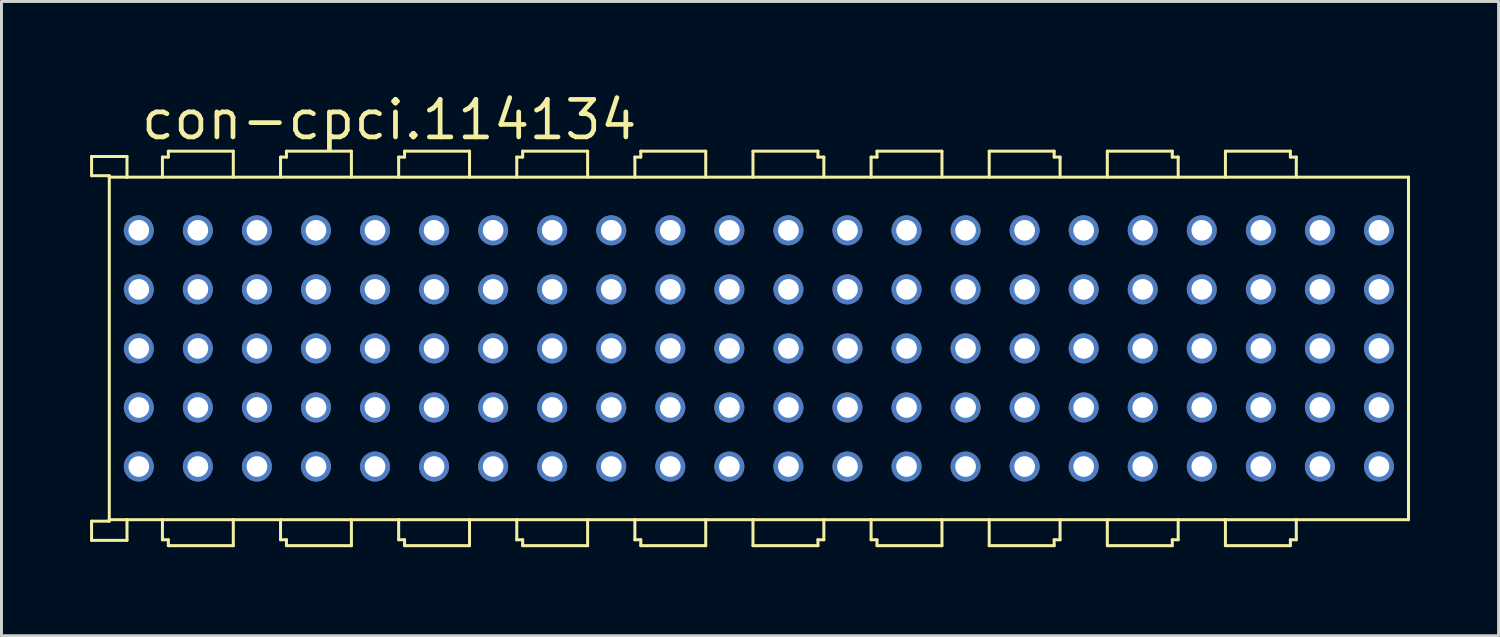
<source format=kicad_pcb>
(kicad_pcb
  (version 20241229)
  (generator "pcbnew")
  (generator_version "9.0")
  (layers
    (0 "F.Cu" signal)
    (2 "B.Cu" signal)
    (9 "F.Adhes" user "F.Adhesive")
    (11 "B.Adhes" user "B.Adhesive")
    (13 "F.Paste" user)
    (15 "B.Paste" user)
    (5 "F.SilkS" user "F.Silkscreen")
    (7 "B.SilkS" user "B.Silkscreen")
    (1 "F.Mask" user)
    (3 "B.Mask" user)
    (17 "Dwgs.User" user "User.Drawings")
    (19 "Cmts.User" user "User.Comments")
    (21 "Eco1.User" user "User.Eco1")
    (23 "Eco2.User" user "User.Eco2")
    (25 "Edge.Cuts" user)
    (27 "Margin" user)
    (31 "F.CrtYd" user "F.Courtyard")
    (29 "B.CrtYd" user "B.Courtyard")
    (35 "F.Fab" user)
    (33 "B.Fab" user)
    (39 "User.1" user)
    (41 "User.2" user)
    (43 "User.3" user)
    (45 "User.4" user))
  (footprint "con-cpci.114134"
    (layer "F.Cu")
    (at 22.651 8.75)
    (property "Reference" "con-cpci.114134" (at -21 -7 0) (layer "F.SilkS") (effects (font (size 1.27 1.27) (thickness 0.16)) (justify left bottom)))
    (attr through_hole)
    (fp_line (start -22.6 -6.5) (end -22.6 -5.85) (stroke (width 0.102) (type default)) (layer "F.SilkS"))
    (fp_line (start -22.6 -5.85) (end -22 -5.85) (stroke (width 0.102) (type default)) (layer "F.SilkS"))
    (fp_line (start -22.6 5.85) (end -22 5.85) (stroke (width 0.102) (type default)) (layer "F.SilkS"))
    (fp_line (start -22.6 6.5) (end -22.6 5.85) (stroke (width 0.102) (type default)) (layer "F.SilkS"))
    (fp_line (start -22 -5.85) (end -22 5.8) (stroke (width 0.102) (type default)) (layer "F.SilkS"))
    (fp_line (start -22 -5.8) (end -21.4 -5.8) (stroke (width 0.102) (type default)) (layer "F.SilkS"))
    (fp_line (start -22 5.8) (end -21.4 5.8) (stroke (width 0.102) (type default)) (layer "F.SilkS"))
    (fp_line (start -22 5.85) (end -22 5.8) (stroke (width 0.102) (type default)) (layer "F.SilkS"))
    (fp_line (start -21.4 -6.5) (end -22.6 -6.5) (stroke (width 0.102) (type default)) (layer "F.SilkS"))
    (fp_line (start -21.4 -5.8) (end -21.4 -6.5) (stroke (width 0.102) (type default)) (layer "F.SilkS"))
    (fp_line (start -21.4 5.8) (end -21.4 6.5) (stroke (width 0.102) (type default)) (layer "F.SilkS"))
    (fp_line (start -21.4 5.8) (end -20.2 5.8) (stroke (width 0.102) (type default)) (layer "F.SilkS"))
    (fp_line (start -21.4 6.5) (end -22.6 6.5) (stroke (width 0.102) (type default)) (layer "F.SilkS"))
    (fp_line (start -20.2 -6.48) (end -20 -6.48) (stroke (width 0.102) (type default)) (layer "F.SilkS"))
    (fp_line (start -20.2 -5.8) (end -20.2 -6.48) (stroke (width 0.102) (type default)) (layer "F.SilkS"))
    (fp_line (start -20.2 5.8) (end -20.2 6.48) (stroke (width 0.102) (type default)) (layer "F.SilkS"))
    (fp_line (start -20.2 6.48) (end -20 6.48) (stroke (width 0.102) (type default)) (layer "F.SilkS"))
    (fp_line (start -20 -6.68) (end -17.8 -6.68) (stroke (width 0.102) (type default)) (layer "F.SilkS"))
    (fp_line (start -20 -6.48) (end -20 -6.68) (stroke (width 0.102) (type default)) (layer "F.SilkS"))
    (fp_line (start -20 6.48) (end -20 6.68) (stroke (width 0.102) (type default)) (layer "F.SilkS"))
    (fp_line (start -20 6.68) (end -17.8 6.68) (stroke (width 0.102) (type default)) (layer "F.SilkS"))
    (fp_line (start -17.8 -6.68) (end -17.8 -5.8) (stroke (width 0.102) (type default)) (layer "F.SilkS"))
    (fp_line (start -17.8 5.8) (end -20.2 5.8) (stroke (width 0.102) (type default)) (layer "F.SilkS"))
    (fp_line (start -17.8 5.8) (end -16.2 5.8) (stroke (width 0.102) (type default)) (layer "F.SilkS"))
    (fp_line (start -17.8 6.68) (end -17.8 5.8) (stroke (width 0.102) (type default)) (layer "F.SilkS"))
    (fp_line (start -16.2 -6.48) (end -16 -6.48) (stroke (width 0.102) (type default)) (layer "F.SilkS"))
    (fp_line (start -16.2 -5.8) (end -16.2 -6.48) (stroke (width 0.102) (type default)) (layer "F.SilkS"))
    (fp_line (start -16.2 5.8) (end -16.2 6.48) (stroke (width 0.102) (type default)) (layer "F.SilkS"))
    (fp_line (start -16.2 6.48) (end -16 6.48) (stroke (width 0.102) (type default)) (layer "F.SilkS"))
    (fp_line (start -16 -6.68) (end -13.8 -6.68) (stroke (width 0.102) (type default)) (layer "F.SilkS"))
    (fp_line (start -16 -6.48) (end -16 -6.68) (stroke (width 0.102) (type default)) (layer "F.SilkS"))
    (fp_line (start -16 6.48) (end -16 6.68) (stroke (width 0.102) (type default)) (layer "F.SilkS"))
    (fp_line (start -16 6.68) (end -13.8 6.68) (stroke (width 0.102) (type default)) (layer "F.SilkS"))
    (fp_line (start -13.8 -6.68) (end -13.8 -5.8) (stroke (width 0.102) (type default)) (layer "F.SilkS"))
    (fp_line (start -13.8 5.8) (end -16.2 5.8) (stroke (width 0.102) (type default)) (layer "F.SilkS"))
    (fp_line (start -13.8 5.8) (end -12.2 5.8) (stroke (width 0.102) (type default)) (layer "F.SilkS"))
    (fp_line (start -13.8 6.68) (end -13.8 5.8) (stroke (width 0.102) (type default)) (layer "F.SilkS"))
    (fp_line (start -12.2 -6.48) (end -12 -6.48) (stroke (width 0.102) (type default)) (layer "F.SilkS"))
    (fp_line (start -12.2 -5.8) (end -12.2 -6.48) (stroke (width 0.102) (type default)) (layer "F.SilkS"))
    (fp_line (start -12.2 5.8) (end -12.2 6.48) (stroke (width 0.102) (type default)) (layer "F.SilkS"))
    (fp_line (start -12.2 6.48) (end -12 6.48) (stroke (width 0.102) (type default)) (layer "F.SilkS"))
    (fp_line (start -12 -6.68) (end -9.8 -6.68) (stroke (width 0.102) (type default)) (layer "F.SilkS"))
    (fp_line (start -12 -6.48) (end -12 -6.68) (stroke (width 0.102) (type default)) (layer "F.SilkS"))
    (fp_line (start -12 6.48) (end -12 6.68) (stroke (width 0.102) (type default)) (layer "F.SilkS"))
    (fp_line (start -12 6.68) (end -9.8 6.68) (stroke (width 0.102) (type default)) (layer "F.SilkS"))
    (fp_line (start -9.8 -6.68) (end -9.8 -5.8) (stroke (width 0.102) (type default)) (layer "F.SilkS"))
    (fp_line (start -9.8 5.8) (end -12.2 5.8) (stroke (width 0.102) (type default)) (layer "F.SilkS"))
    (fp_line (start -9.8 5.8) (end -8.2 5.8) (stroke (width 0.102) (type default)) (layer "F.SilkS"))
    (fp_line (start -9.8 6.68) (end -9.8 5.8) (stroke (width 0.102) (type default)) (layer "F.SilkS"))
    (fp_line (start -8.2 -6.48) (end -8 -6.48) (stroke (width 0.102) (type default)) (layer "F.SilkS"))
    (fp_line (start -8.2 -5.8) (end -8.2 -6.48) (stroke (width 0.102) (type default)) (layer "F.SilkS"))
    (fp_line (start -8.2 5.8) (end -8.2 6.48) (stroke (width 0.102) (type default)) (layer "F.SilkS"))
    (fp_line (start -8.2 6.48) (end -8 6.48) (stroke (width 0.102) (type default)) (layer "F.SilkS"))
    (fp_line (start -8 -6.68) (end -5.8 -6.68) (stroke (width 0.102) (type default)) (layer "F.SilkS"))
    (fp_line (start -8 -6.48) (end -8 -6.68) (stroke (width 0.102) (type default)) (layer "F.SilkS"))
    (fp_line (start -8 6.48) (end -8 6.68) (stroke (width 0.102) (type default)) (layer "F.SilkS"))
    (fp_line (start -8 6.68) (end -5.8 6.68) (stroke (width 0.102) (type default)) (layer "F.SilkS"))
    (fp_line (start -5.8 -6.68) (end -5.8 -5.8) (stroke (width 0.102) (type default)) (layer "F.SilkS"))
    (fp_line (start -5.8 5.8) (end -8.2 5.8) (stroke (width 0.102) (type default)) (layer "F.SilkS"))
    (fp_line (start -5.8 5.8) (end -5.8 6.68) (stroke (width 0.102) (type default)) (layer "F.SilkS"))
    (fp_line (start -5.8 5.8) (end -4.2 5.8) (stroke (width 0.102) (type default)) (layer "F.SilkS"))
    (fp_line (start -4.2 -6.48) (end -4 -6.48) (stroke (width 0.102) (type default)) (layer "F.SilkS"))
    (fp_line (start -4.2 -5.8) (end -4.2 -6.48) (stroke (width 0.102) (type default)) (layer "F.SilkS"))
    (fp_line (start -4.2 5.8) (end -4.2 6.48) (stroke (width 0.102) (type default)) (layer "F.SilkS"))
    (fp_line (start -4.2 6.48) (end -4 6.48) (stroke (width 0.102) (type default)) (layer "F.SilkS"))
    (fp_line (start -4 -6.68) (end -1.8 -6.68) (stroke (width 0.102) (type default)) (layer "F.SilkS"))
    (fp_line (start -4 -6.48) (end -4 -6.68) (stroke (width 0.102) (type default)) (layer "F.SilkS"))
    (fp_line (start -4 6.48) (end -4 6.68) (stroke (width 0.102) (type default)) (layer "F.SilkS"))
    (fp_line (start -4 6.68) (end -1.8 6.68) (stroke (width 0.102) (type default)) (layer "F.SilkS"))
    (fp_line (start -1.8 -5.8) (end -1.8 -6.68) (stroke (width 0.102) (type default)) (layer "F.SilkS"))
    (fp_line (start -1.8 5.8) (end -4.2 5.8) (stroke (width 0.102) (type default)) (layer "F.SilkS"))
    (fp_line (start -1.8 5.8) (end -0.2 5.8) (stroke (width 0.102) (type default)) (layer "F.SilkS"))
    (fp_line (start -1.8 6.68) (end -1.8 5.8) (stroke (width 0.102) (type default)) (layer "F.SilkS"))
    (fp_line (start -0.2 -6.68) (end -0.2 -5.8) (stroke (width 0.102) (type default)) (layer "F.SilkS"))
    (fp_line (start -0.2 5.8) (end 2.2 5.8) (stroke (width 0.102) (type default)) (layer "F.SilkS"))
    (fp_line (start -0.2 6.68) (end -0.2 5.8) (stroke (width 0.102) (type default)) (layer "F.SilkS"))
    (fp_line (start 2 -6.68) (end -0.2 -6.68) (stroke (width 0.102) (type default)) (layer "F.SilkS"))
    (fp_line (start 2 -6.48) (end 2 -6.68) (stroke (width 0.102) (type default)) (layer "F.SilkS"))
    (fp_line (start 2 6.48) (end 2 6.68) (stroke (width 0.102) (type default)) (layer "F.SilkS"))
    (fp_line (start 2 6.68) (end -0.2 6.68) (stroke (width 0.102) (type default)) (layer "F.SilkS"))
    (fp_line (start 2.2 -6.48) (end 2 -6.48) (stroke (width 0.102) (type default)) (layer "F.SilkS"))
    (fp_line (start 2.2 -5.8) (end 2.2 -6.48) (stroke (width 0.102) (type default)) (layer "F.SilkS"))
    (fp_line (start 2.2 5.8) (end 2.2 6.48) (stroke (width 0.102) (type default)) (layer "F.SilkS"))
    (fp_line (start 2.2 6.48) (end 2 6.48) (stroke (width 0.102) (type default)) (layer "F.SilkS"))
    (fp_line (start 3.8 -6.48) (end 4 -6.48) (stroke (width 0.102) (type default)) (layer "F.SilkS"))
    (fp_line (start 3.8 -5.8) (end 3.8 -6.48) (stroke (width 0.102) (type default)) (layer "F.SilkS"))
    (fp_line (start 3.8 5.8) (end 2.2 5.8) (stroke (width 0.102) (type default)) (layer "F.SilkS"))
    (fp_line (start 3.8 5.8) (end 3.8 6.48) (stroke (width 0.102) (type default)) (layer "F.SilkS"))
    (fp_line (start 3.8 6.48) (end 4 6.48) (stroke (width 0.102) (type default)) (layer "F.SilkS"))
    (fp_line (start 4 -6.68) (end 6.2 -6.68) (stroke (width 0.102) (type default)) (layer "F.SilkS"))
    (fp_line (start 4 -6.48) (end 4 -6.68) (stroke (width 0.102) (type default)) (layer "F.SilkS"))
    (fp_line (start 4 6.48) (end 4 6.68) (stroke (width 0.102) (type default)) (layer "F.SilkS"))
    (fp_line (start 4 6.68) (end 6.2 6.68) (stroke (width 0.102) (type default)) (layer "F.SilkS"))
    (fp_line (start 6.2 -6.68) (end 6.2 -5.8) (stroke (width 0.102) (type default)) (layer "F.SilkS"))
    (fp_line (start 6.2 5.8) (end 3.8 5.8) (stroke (width 0.102) (type default)) (layer "F.SilkS"))
    (fp_line (start 6.2 6.68) (end 6.2 5.8) (stroke (width 0.102) (type default)) (layer "F.SilkS"))
    (fp_line (start 7.8 -5.8) (end 7.8 -6.68) (stroke (width 0.102) (type default)) (layer "F.SilkS"))
    (fp_line (start 7.8 5.8) (end 6.2 5.8) (stroke (width 0.102) (type default)) (layer "F.SilkS"))
    (fp_line (start 7.8 5.8) (end 7.8 6.68) (stroke (width 0.102) (type default)) (layer "F.SilkS"))
    (fp_line (start 7.8 5.8) (end 10.2 5.8) (stroke (width 0.102) (type default)) (layer "F.SilkS"))
    (fp_line (start 10 -6.68) (end 7.8 -6.68) (stroke (width 0.102) (type default)) (layer "F.SilkS"))
    (fp_line (start 10 -6.48) (end 10 -6.68) (stroke (width 0.102) (type default)) (layer "F.SilkS"))
    (fp_line (start 10 6.48) (end 10 6.68) (stroke (width 0.102) (type default)) (layer "F.SilkS"))
    (fp_line (start 10 6.68) (end 7.8 6.68) (stroke (width 0.102) (type default)) (layer "F.SilkS"))
    (fp_line (start 10.2 -6.48) (end 10 -6.48) (stroke (width 0.102) (type default)) (layer "F.SilkS"))
    (fp_line (start 10.2 -5.8) (end 10.2 -6.48) (stroke (width 0.102) (type default)) (layer "F.SilkS"))
    (fp_line (start 10.2 5.8) (end 10.2 6.48) (stroke (width 0.102) (type default)) (layer "F.SilkS"))
    (fp_line (start 10.2 6.48) (end 10 6.48) (stroke (width 0.102) (type default)) (layer "F.SilkS"))
    (fp_line (start 11.8 -6.68) (end 11.8 -5.8) (stroke (width 0.102) (type default)) (layer "F.SilkS"))
    (fp_line (start 11.8 5.8) (end 10.2 5.8) (stroke (width 0.102) (type default)) (layer "F.SilkS"))
    (fp_line (start 11.8 5.8) (end 14.2 5.8) (stroke (width 0.102) (type default)) (layer "F.SilkS"))
    (fp_line (start 11.8 6.68) (end 11.8 5.8) (stroke (width 0.102) (type default)) (layer "F.SilkS"))
    (fp_line (start 14 -6.68) (end 11.8 -6.68) (stroke (width 0.102) (type default)) (layer "F.SilkS"))
    (fp_line (start 14 -6.48) (end 14 -6.68) (stroke (width 0.102) (type default)) (layer "F.SilkS"))
    (fp_line (start 14 6.48) (end 14 6.68) (stroke (width 0.102) (type default)) (layer "F.SilkS"))
    (fp_line (start 14 6.68) (end 11.8 6.68) (stroke (width 0.102) (type default)) (layer "F.SilkS"))
    (fp_line (start 14.2 -6.48) (end 14 -6.48) (stroke (width 0.102) (type default)) (layer "F.SilkS"))
    (fp_line (start 14.2 -5.8) (end 14.2 -6.48) (stroke (width 0.102) (type default)) (layer "F.SilkS"))
    (fp_line (start 14.2 5.8) (end 14.2 6.48) (stroke (width 0.102) (type default)) (layer "F.SilkS"))
    (fp_line (start 14.2 6.48) (end 14 6.48) (stroke (width 0.102) (type default)) (layer "F.SilkS"))
    (fp_line (start 15.8 -6.68) (end 15.8 -5.8) (stroke (width 0.102) (type default)) (layer "F.SilkS"))
    (fp_line (start 15.8 5.8) (end 14.2 5.8) (stroke (width 0.102) (type default)) (layer "F.SilkS"))
    (fp_line (start 15.8 5.8) (end 18.2 5.8) (stroke (width 0.102) (type default)) (layer "F.SilkS"))
    (fp_line (start 15.8 6.68) (end 15.8 5.8) (stroke (width 0.102) (type default)) (layer "F.SilkS"))
    (fp_line (start 18 -6.68) (end 15.8 -6.68) (stroke (width 0.102) (type default)) (layer "F.SilkS"))
    (fp_line (start 18 -6.48) (end 18 -6.68) (stroke (width 0.102) (type default)) (layer "F.SilkS"))
    (fp_line (start 18 6.48) (end 18 6.68) (stroke (width 0.102) (type default)) (layer "F.SilkS"))
    (fp_line (start 18 6.68) (end 15.8 6.68) (stroke (width 0.102) (type default)) (layer "F.SilkS"))
    (fp_line (start 18.2 -6.48) (end 18 -6.48) (stroke (width 0.102) (type default)) (layer "F.SilkS"))
    (fp_line (start 18.2 -5.8) (end 18.2 -6.48) (stroke (width 0.102) (type default)) (layer "F.SilkS"))
    (fp_line (start 18.2 5.8) (end 18.2 6.48) (stroke (width 0.102) (type default)) (layer "F.SilkS"))
    (fp_line (start 18.2 6.48) (end 18 6.48) (stroke (width 0.102) (type default)) (layer "F.SilkS"))
    (fp_line (start 22 -5.8) (end -21.4 -5.8) (stroke (width 0.102) (type default)) (layer "F.SilkS"))
    (fp_line (start 22 5.8) (end 18.2 5.8) (stroke (width 0.102) (type default)) (layer "F.SilkS"))
    (fp_line (start 22 5.8) (end 22 -5.8) (stroke (width 0.102) (type default)) (layer "F.SilkS"))
    (pad "A1" thru_hole circle (at 21 4 180) (size 1.016 1.016) (drill 0.7) (layers "*.Cu" "*.Mask"))
    (pad "A2" thru_hole circle (at 19 4 180) (size 1.016 1.016) (drill 0.7) (layers "*.Cu" "*.Mask"))
    (pad "A3" thru_hole circle (at 17 4 180) (size 1.016 1.016) (drill 0.7) (layers "*.Cu" "*.Mask"))
    (pad "A4" thru_hole circle (at 15 4 180) (size 1.016 1.016) (drill 0.7) (layers "*.Cu" "*.Mask"))
    (pad "A5" thru_hole circle (at 13 4 180) (size 1.016 1.016) (drill 0.7) (layers "*.Cu" "*.Mask"))
    (pad "A6" thru_hole circle (at 11 4 180) (size 1.016 1.016) (drill 0.7) (layers "*.Cu" "*.Mask"))
    (pad "A7" thru_hole circle (at 9 4 180) (size 1.016 1.016) (drill 0.7) (layers "*.Cu" "*.Mask"))
    (pad "A8" thru_hole circle (at 7 4 180) (size 1.016 1.016) (drill 0.7) (layers "*.Cu" "*.Mask"))
    (pad "A9" thru_hole circle (at 5 4 180) (size 1.016 1.016) (drill 0.7) (layers "*.Cu" "*.Mask"))
    (pad "A10" thru_hole circle (at 3 4 180) (size 1.016 1.016) (drill 0.7) (layers "*.Cu" "*.Mask"))
    (pad "A11" thru_hole circle (at 1 4 180) (size 1.016 1.016) (drill 0.7) (layers "*.Cu" "*.Mask"))
    (pad "A12" thru_hole circle (at -1 4 180) (size 1.016 1.016) (drill 0.7) (layers "*.Cu" "*.Mask"))
    (pad "A13" thru_hole circle (at -3 4 180) (size 1.016 1.016) (drill 0.7) (layers "*.Cu" "*.Mask"))
    (pad "A14" thru_hole circle (at -5 4 180) (size 1.016 1.016) (drill 0.7) (layers "*.Cu" "*.Mask"))
    (pad "A15" thru_hole circle (at -7 4 180) (size 1.016 1.016) (drill 0.7) (layers "*.Cu" "*.Mask"))
    (pad "A16" thru_hole circle (at -9 4 180) (size 1.016 1.016) (drill 0.7) (layers "*.Cu" "*.Mask"))
    (pad "A17" thru_hole circle (at -11 4 180) (size 1.016 1.016) (drill 0.7) (layers "*.Cu" "*.Mask"))
    (pad "A18" thru_hole circle (at -13 4 180) (size 1.016 1.016) (drill 0.7) (layers "*.Cu" "*.Mask"))
    (pad "A19" thru_hole circle (at -15 4 180) (size 1.016 1.016) (drill 0.7) (layers "*.Cu" "*.Mask"))
    (pad "A20" thru_hole circle (at -17 4 180) (size 1.016 1.016) (drill 0.7) (layers "*.Cu" "*.Mask"))
    (pad "A21" thru_hole circle (at -19 4 180) (size 1.016 1.016) (drill 0.7) (layers "*.Cu" "*.Mask"))
    (pad "A22" thru_hole circle (at -21 4 180) (size 1.016 1.016) (drill 0.7) (layers "*.Cu" "*.Mask"))
    (pad "B1" thru_hole circle (at 21 2 180) (size 1.016 1.016) (drill 0.7) (layers "*.Cu" "*.Mask"))
    (pad "B2" thru_hole circle (at 19 2 180) (size 1.016 1.016) (drill 0.7) (layers "*.Cu" "*.Mask"))
    (pad "B3" thru_hole circle (at 17 2 180) (size 1.016 1.016) (drill 0.7) (layers "*.Cu" "*.Mask"))
    (pad "B4" thru_hole circle (at 15 2 180) (size 1.016 1.016) (drill 0.7) (layers "*.Cu" "*.Mask"))
    (pad "B5" thru_hole circle (at 13 2 180) (size 1.016 1.016) (drill 0.7) (layers "*.Cu" "*.Mask"))
    (pad "B6" thru_hole circle (at 11 2 180) (size 1.016 1.016) (drill 0.7) (layers "*.Cu" "*.Mask"))
    (pad "B7" thru_hole circle (at 9 2 180) (size 1.016 1.016) (drill 0.7) (layers "*.Cu" "*.Mask"))
    (pad "B8" thru_hole circle (at 7 2 180) (size 1.016 1.016) (drill 0.7) (layers "*.Cu" "*.Mask"))
    (pad "B9" thru_hole circle (at 5 2 180) (size 1.016 1.016) (drill 0.7) (layers "*.Cu" "*.Mask"))
    (pad "B10" thru_hole circle (at 3 2 180) (size 1.016 1.016) (drill 0.7) (layers "*.Cu" "*.Mask"))
    (pad "B11" thru_hole circle (at 1 2 180) (size 1.016 1.016) (drill 0.7) (layers "*.Cu" "*.Mask"))
    (pad "B12" thru_hole circle (at -1 2 180) (size 1.016 1.016) (drill 0.7) (layers "*.Cu" "*.Mask"))
    (pad "B13" thru_hole circle (at -3 2 180) (size 1.016 1.016) (drill 0.7) (layers "*.Cu" "*.Mask"))
    (pad "B14" thru_hole circle (at -5 2 180) (size 1.016 1.016) (drill 0.7) (layers "*.Cu" "*.Mask"))
    (pad "B15" thru_hole circle (at -7 2 180) (size 1.016 1.016) (drill 0.7) (layers "*.Cu" "*.Mask"))
    (pad "B16" thru_hole circle (at -9 2 180) (size 1.016 1.016) (drill 0.7) (layers "*.Cu" "*.Mask"))
    (pad "B17" thru_hole circle (at -11 2 180) (size 1.016 1.016) (drill 0.7) (layers "*.Cu" "*.Mask"))
    (pad "B18" thru_hole circle (at -13 2 180) (size 1.016 1.016) (drill 0.7) (layers "*.Cu" "*.Mask"))
    (pad "B19" thru_hole circle (at -15 2 180) (size 1.016 1.016) (drill 0.7) (layers "*.Cu" "*.Mask"))
    (pad "B20" thru_hole circle (at -17 2 180) (size 1.016 1.016) (drill 0.7) (layers "*.Cu" "*.Mask"))
    (pad "B21" thru_hole circle (at -19 2 180) (size 1.016 1.016) (drill 0.7) (layers "*.Cu" "*.Mask"))
    (pad "B22" thru_hole circle (at -21 2 180) (size 1.016 1.016) (drill 0.7) (layers "*.Cu" "*.Mask"))
    (pad "C1" thru_hole circle (at 21 0 180) (size 1.016 1.016) (drill 0.7) (layers "*.Cu" "*.Mask"))
    (pad "C2" thru_hole circle (at 19 0 180) (size 1.016 1.016) (drill 0.7) (layers "*.Cu" "*.Mask"))
    (pad "C3" thru_hole circle (at 17 0 180) (size 1.016 1.016) (drill 0.7) (layers "*.Cu" "*.Mask"))
    (pad "C4" thru_hole circle (at 15 0 180) (size 1.016 1.016) (drill 0.7) (layers "*.Cu" "*.Mask"))
    (pad "C5" thru_hole circle (at 13 0 180) (size 1.016 1.016) (drill 0.7) (layers "*.Cu" "*.Mask"))
    (pad "C6" thru_hole circle (at 11 0 180) (size 1.016 1.016) (drill 0.7) (layers "*.Cu" "*.Mask"))
    (pad "C7" thru_hole circle (at 9 0 180) (size 1.016 1.016) (drill 0.7) (layers "*.Cu" "*.Mask"))
    (pad "C8" thru_hole circle (at 7 0 180) (size 1.016 1.016) (drill 0.7) (layers "*.Cu" "*.Mask"))
    (pad "C9" thru_hole circle (at 5 0 180) (size 1.016 1.016) (drill 0.7) (layers "*.Cu" "*.Mask"))
    (pad "C10" thru_hole circle (at 3 0 180) (size 1.016 1.016) (drill 0.7) (layers "*.Cu" "*.Mask"))
    (pad "C11" thru_hole circle (at 1 0 180) (size 1.016 1.016) (drill 0.7) (layers "*.Cu" "*.Mask"))
    (pad "C12" thru_hole circle (at -1 0 180) (size 1.016 1.016) (drill 0.7) (layers "*.Cu" "*.Mask"))
    (pad "C13" thru_hole circle (at -3 0 180) (size 1.016 1.016) (drill 0.7) (layers "*.Cu" "*.Mask"))
    (pad "C14" thru_hole circle (at -5 0 180) (size 1.016 1.016) (drill 0.7) (layers "*.Cu" "*.Mask"))
    (pad "C15" thru_hole circle (at -7 0 180) (size 1.016 1.016) (drill 0.7) (layers "*.Cu" "*.Mask"))
    (pad "C16" thru_hole circle (at -9 0 180) (size 1.016 1.016) (drill 0.7) (layers "*.Cu" "*.Mask"))
    (pad "C17" thru_hole circle (at -11 0 180) (size 1.016 1.016) (drill 0.7) (layers "*.Cu" "*.Mask"))
    (pad "C18" thru_hole circle (at -13 0 180) (size 1.016 1.016) (drill 0.7) (layers "*.Cu" "*.Mask"))
    (pad "C19" thru_hole circle (at -15 0 180) (size 1.016 1.016) (drill 0.7) (layers "*.Cu" "*.Mask"))
    (pad "C20" thru_hole circle (at -17 0 180) (size 1.016 1.016) (drill 0.7) (layers "*.Cu" "*.Mask"))
    (pad "C21" thru_hole circle (at -19 0 180) (size 1.016 1.016) (drill 0.7) (layers "*.Cu" "*.Mask"))
    (pad "C22" thru_hole circle (at -21 0 180) (size 1.016 1.016) (drill 0.7) (layers "*.Cu" "*.Mask"))
    (pad "D1" thru_hole circle (at 21 -2 180) (size 1.016 1.016) (drill 0.7) (layers "*.Cu" "*.Mask"))
    (pad "D2" thru_hole circle (at 19 -2 180) (size 1.016 1.016) (drill 0.7) (layers "*.Cu" "*.Mask"))
    (pad "D3" thru_hole circle (at 17 -2 180) (size 1.016 1.016) (drill 0.7) (layers "*.Cu" "*.Mask"))
    (pad "D4" thru_hole circle (at 15 -2 180) (size 1.016 1.016) (drill 0.7) (layers "*.Cu" "*.Mask"))
    (pad "D5" thru_hole circle (at 13 -2 180) (size 1.016 1.016) (drill 0.7) (layers "*.Cu" "*.Mask"))
    (pad "D6" thru_hole circle (at 11 -2 180) (size 1.016 1.016) (drill 0.7) (layers "*.Cu" "*.Mask"))
    (pad "D7" thru_hole circle (at 9 -2 180) (size 1.016 1.016) (drill 0.7) (layers "*.Cu" "*.Mask"))
    (pad "D8" thru_hole circle (at 7 -2 180) (size 1.016 1.016) (drill 0.7) (layers "*.Cu" "*.Mask"))
    (pad "D9" thru_hole circle (at 5 -2 180) (size 1.016 1.016) (drill 0.7) (layers "*.Cu" "*.Mask"))
    (pad "D10" thru_hole circle (at 3 -2 180) (size 1.016 1.016) (drill 0.7) (layers "*.Cu" "*.Mask"))
    (pad "D11" thru_hole circle (at 1 -2 180) (size 1.016 1.016) (drill 0.7) (layers "*.Cu" "*.Mask"))
    (pad "D12" thru_hole circle (at -1 -2 180) (size 1.016 1.016) (drill 0.7) (layers "*.Cu" "*.Mask"))
    (pad "D13" thru_hole circle (at -3 -2 180) (size 1.016 1.016) (drill 0.7) (layers "*.Cu" "*.Mask"))
    (pad "D14" thru_hole circle (at -5 -2 180) (size 1.016 1.016) (drill 0.7) (layers "*.Cu" "*.Mask"))
    (pad "D15" thru_hole circle (at -7 -2 180) (size 1.016 1.016) (drill 0.7) (layers "*.Cu" "*.Mask"))
    (pad "D16" thru_hole circle (at -9 -2 180) (size 1.016 1.016) (drill 0.7) (layers "*.Cu" "*.Mask"))
    (pad "D17" thru_hole circle (at -11 -2 180) (size 1.016 1.016) (drill 0.7) (layers "*.Cu" "*.Mask"))
    (pad "D18" thru_hole circle (at -13 -2 180) (size 1.016 1.016) (drill 0.7) (layers "*.Cu" "*.Mask"))
    (pad "D19" thru_hole circle (at -15 -2 180) (size 1.016 1.016) (drill 0.7) (layers "*.Cu" "*.Mask"))
    (pad "D20" thru_hole circle (at -17 -2 180) (size 1.016 1.016) (drill 0.7) (layers "*.Cu" "*.Mask"))
    (pad "D21" thru_hole circle (at -19 -2 180) (size 1.016 1.016) (drill 0.7) (layers "*.Cu" "*.Mask"))
    (pad "D22" thru_hole circle (at -21 -2 180) (size 1.016 1.016) (drill 0.7) (layers "*.Cu" "*.Mask"))
    (pad "E1" thru_hole circle (at 21 -4 180) (size 1.016 1.016) (drill 0.7) (layers "*.Cu" "*.Mask"))
    (pad "E2" thru_hole circle (at 19 -4 180) (size 1.016 1.016) (drill 0.7) (layers "*.Cu" "*.Mask"))
    (pad "E3" thru_hole circle (at 17 -4 180) (size 1.016 1.016) (drill 0.7) (layers "*.Cu" "*.Mask"))
    (pad "E4" thru_hole circle (at 15 -4 180) (size 1.016 1.016) (drill 0.7) (layers "*.Cu" "*.Mask"))
    (pad "E5" thru_hole circle (at 13 -4 180) (size 1.016 1.016) (drill 0.7) (layers "*.Cu" "*.Mask"))
    (pad "E6" thru_hole circle (at 11 -4 180) (size 1.016 1.016) (drill 0.7) (layers "*.Cu" "*.Mask"))
    (pad "E7" thru_hole circle (at 9 -4 180) (size 1.016 1.016) (drill 0.7) (layers "*.Cu" "*.Mask"))
    (pad "E8" thru_hole circle (at 7 -4 180) (size 1.016 1.016) (drill 0.7) (layers "*.Cu" "*.Mask"))
    (pad "E9" thru_hole circle (at 5 -4 180) (size 1.016 1.016) (drill 0.7) (layers "*.Cu" "*.Mask"))
    (pad "E10" thru_hole circle (at 3 -4 180) (size 1.016 1.016) (drill 0.7) (layers "*.Cu" "*.Mask"))
    (pad "E11" thru_hole circle (at 1 -4 180) (size 1.016 1.016) (drill 0.7) (layers "*.Cu" "*.Mask"))
    (pad "E12" thru_hole circle (at -1 -4 180) (size 1.016 1.016) (drill 0.7) (layers "*.Cu" "*.Mask"))
    (pad "E13" thru_hole circle (at -3 -4 180) (size 1.016 1.016) (drill 0.7) (layers "*.Cu" "*.Mask"))
    (pad "E14" thru_hole circle (at -5 -4 180) (size 1.016 1.016) (drill 0.7) (layers "*.Cu" "*.Mask"))
    (pad "E15" thru_hole circle (at -7 -4 180) (size 1.016 1.016) (drill 0.7) (layers "*.Cu" "*.Mask"))
    (pad "E16" thru_hole circle (at -9 -4 180) (size 1.016 1.016) (drill 0.7) (layers "*.Cu" "*.Mask"))
    (pad "E17" thru_hole circle (at -11 -4 180) (size 1.016 1.016) (drill 0.7) (layers "*.Cu" "*.Mask"))
    (pad "E18" thru_hole circle (at -13 -4 180) (size 1.016 1.016) (drill 0.7) (layers "*.Cu" "*.Mask"))
    (pad "E19" thru_hole circle (at -15 -4 180) (size 1.016 1.016) (drill 0.7) (layers "*.Cu" "*.Mask"))
    (pad "E20" thru_hole circle (at -17 -4 180) (size 1.016 1.016) (drill 0.7) (layers "*.Cu" "*.Mask"))
    (pad "E21" thru_hole circle (at -19 -4 180) (size 1.016 1.016) (drill 0.7) (layers "*.Cu" "*.Mask"))
    (pad "E22" thru_hole circle (at -21 -4 180) (size 1.016 1.016) (drill 0.7) (layers "*.Cu" "*.Mask")))
  (gr_rect
    (start -3 -3)
    (end 47.702 18.481)
    (stroke (width 0.1) (type default))
    (fill no)
    (layer "Edge.Cuts")))
</source>
